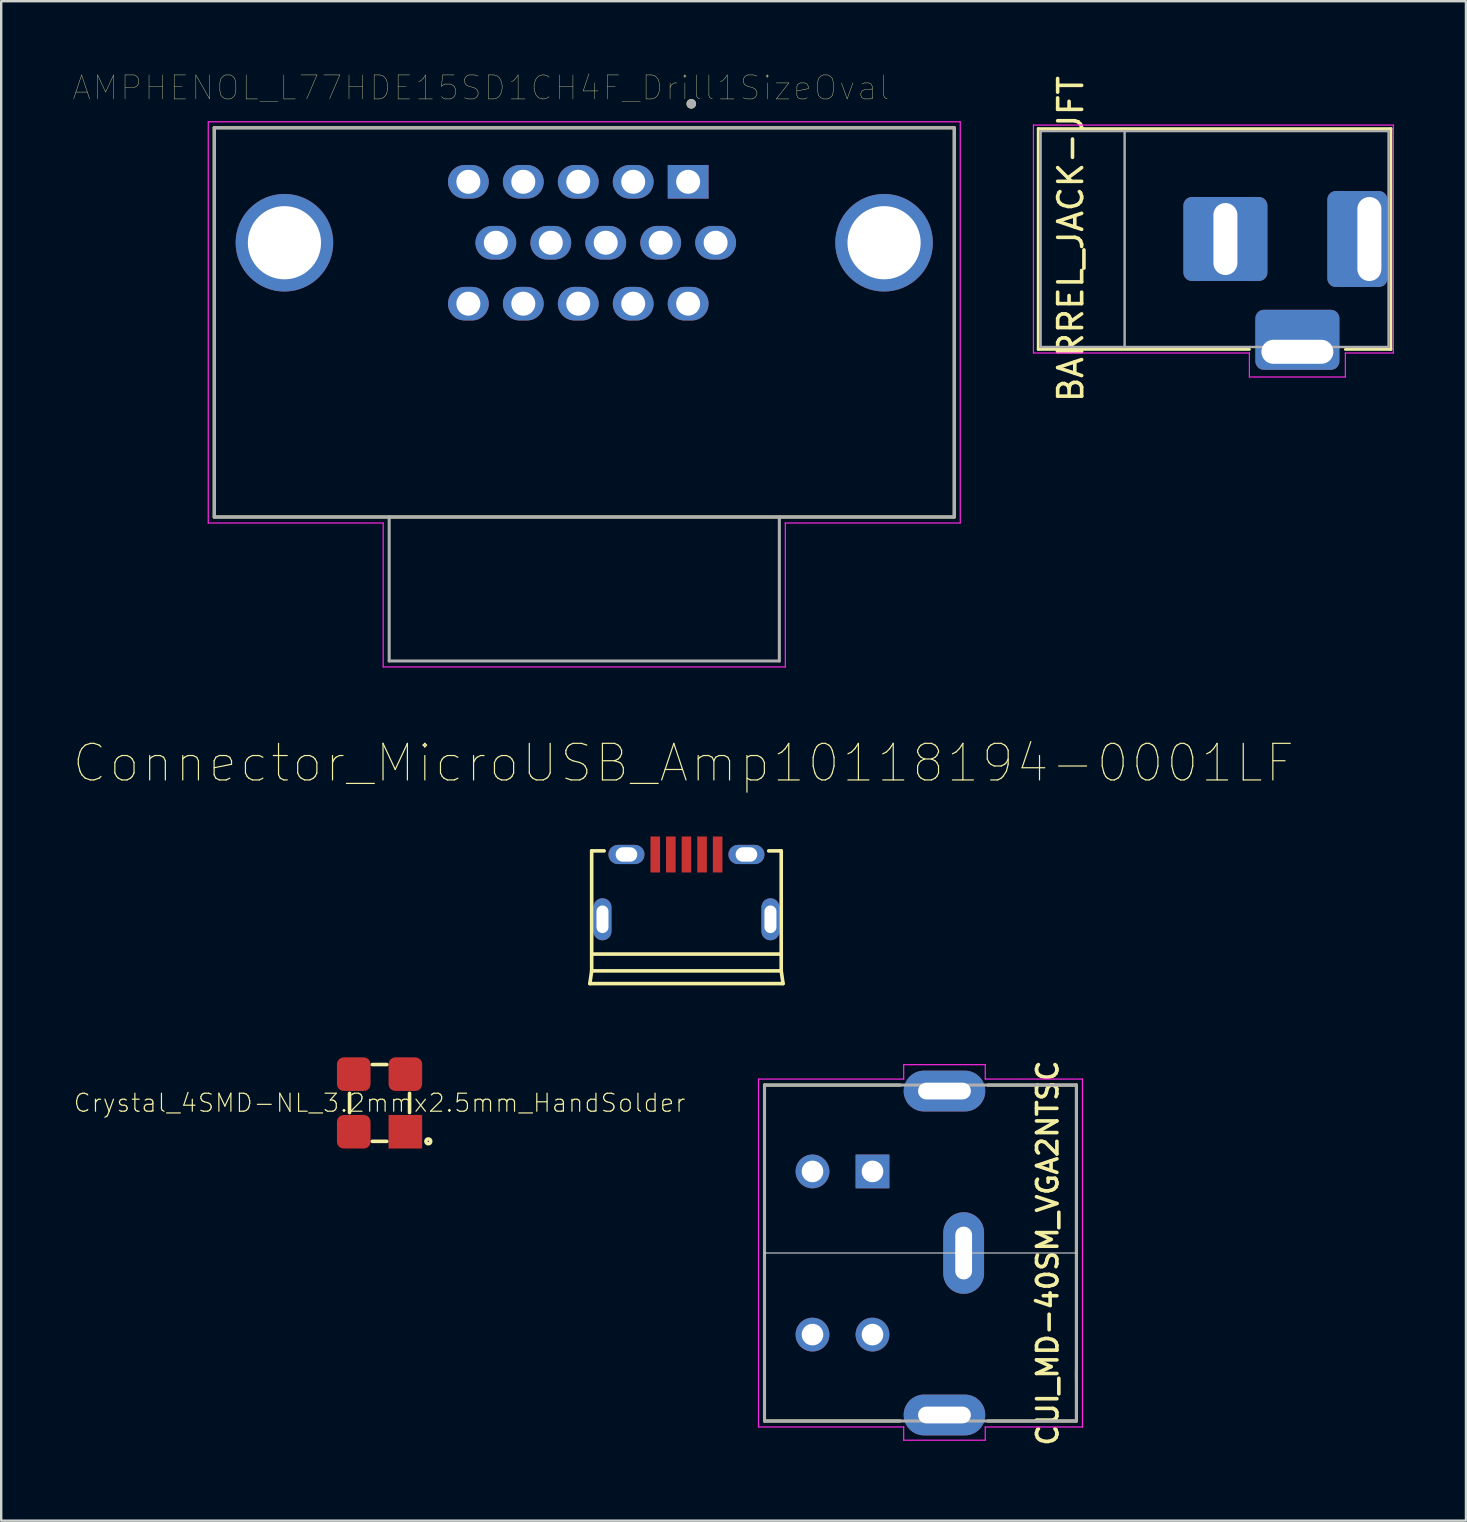
<source format=kicad_pcb>
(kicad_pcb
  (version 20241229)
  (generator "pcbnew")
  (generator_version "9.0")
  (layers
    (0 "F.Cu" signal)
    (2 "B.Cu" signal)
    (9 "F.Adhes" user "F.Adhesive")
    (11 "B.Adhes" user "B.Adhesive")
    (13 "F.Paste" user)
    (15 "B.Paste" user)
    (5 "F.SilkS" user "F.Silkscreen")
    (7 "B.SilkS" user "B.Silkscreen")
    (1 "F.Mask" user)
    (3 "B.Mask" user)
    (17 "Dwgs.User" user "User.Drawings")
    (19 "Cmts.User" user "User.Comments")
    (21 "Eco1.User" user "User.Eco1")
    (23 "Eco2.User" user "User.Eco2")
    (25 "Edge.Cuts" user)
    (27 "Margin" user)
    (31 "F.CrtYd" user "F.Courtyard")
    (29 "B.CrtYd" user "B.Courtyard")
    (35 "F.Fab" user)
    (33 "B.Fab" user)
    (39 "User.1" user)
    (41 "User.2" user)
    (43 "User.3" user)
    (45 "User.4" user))
  (footprint "CUI_MD-40SM_VGA2NTSC"
    (layer "F.Cu")
    (at 41.811 49.17)
    (property "Reference" "CUI_MD-40SM_VGA2NTSC" (at -1.2 0 270) (layer "F.SilkS") (effects (font (size 0.85 0.85) (thickness 0.15))))
    (attr through_hole)
    (fp_line (start -13 -7) (end -7.35 -7) (stroke (width 0.127) (type solid)) (layer "F.SilkS"))
    (fp_line (start -13 7) (end -13 -7) (stroke (width 0.127) (type solid)) (layer "F.SilkS"))
    (fp_line (start -13 7) (end -7.35 7) (stroke (width 0.127) (type solid)) (layer "F.SilkS"))
    (fp_line (start 0 -7) (end -3.69 -7) (stroke (width 0.127) (type solid)) (layer "F.SilkS"))
    (fp_line (start 0 -7) (end 0 7) (stroke (width 0.127) (type solid)) (layer "F.SilkS"))
    (fp_line (start 0 7) (end -3.69 7) (stroke (width 0.127) (type solid)) (layer "F.SilkS"))
    (fp_line (start 0.02 0) (end -13.01 0) (stroke (width 0.05) (type solid)) (layer "Dwgs.User"))
    (fp_line (start -13.25 -7.25) (end -7.2 -7.25) (stroke (width 0.05) (type solid)) (layer "F.CrtYd"))
    (fp_line (start -13.25 7.25) (end -13.25 -7.25) (stroke (width 0.05) (type solid)) (layer "F.CrtYd"))
    (fp_line (start -7.2 -7.85) (end -3.8 -7.85) (stroke (width 0.05) (type solid)) (layer "F.CrtYd"))
    (fp_line (start -7.2 -7.25) (end -7.2 -7.85) (stroke (width 0.05) (type solid)) (layer "F.CrtYd"))
    (fp_line (start -7.2 7.25) (end -13.25 7.25) (stroke (width 0.05) (type solid)) (layer "F.CrtYd"))
    (fp_line (start -7.2 7.8) (end -7.2 7.25) (stroke (width 0.05) (type solid)) (layer "F.CrtYd"))
    (fp_line (start -3.8 -7.85) (end -3.8 -7.25) (stroke (width 0.05) (type solid)) (layer "F.CrtYd"))
    (fp_line (start -3.8 7.25) (end -3.8 7.8) (stroke (width 0.05) (type solid)) (layer "F.CrtYd"))
    (fp_line (start -3.8 7.8) (end -7.2 7.8) (stroke (width 0.05) (type solid)) (layer "F.CrtYd"))
    (fp_line (start 0.25 -7.25) (end -3.8 -7.25) (stroke (width 0.05) (type solid)) (layer "F.CrtYd"))
    (fp_line (start 0.25 -7.25) (end 0.25 7.25) (stroke (width 0.05) (type solid)) (layer "F.CrtYd"))
    (fp_line (start 0.25 7.25) (end -3.8 7.25) (stroke (width 0.05) (type solid)) (layer "F.CrtYd"))
    (fp_line (start -13 -7) (end 0 -7) (stroke (width 0.127) (type solid)) (layer "F.Fab"))
    (fp_line (start -13 7) (end -13 -7) (stroke (width 0.127) (type solid)) (layer "F.Fab"))
    (fp_line (start 0 -7) (end 0 4.89) (stroke (width 0.127) (type solid)) (layer "F.Fab"))
    (fp_line (start 0 4.89) (end 0 5.25) (stroke (width 0.127) (type solid)) (layer "F.Fab"))
    (fp_line (start 0 5.25) (end 0 4.89) (stroke (width 0.127) (type solid)) (layer "F.Fab"))
    (fp_line (start 0 5.25) (end 0 7) (stroke (width 0.127) (type solid)) (layer "F.Fab"))
    (fp_line (start 0 7) (end -13 7) (stroke (width 0.127) (type solid)) (layer "F.Fab"))
    (pad "1" thru_hole rect (at -8.5 -3.4 270) (size 1.408 1.408) (drill 0.9) (layers "*.Cu" "*.Mask"))
    (pad "2" thru_hole circle (at -8.5 3.4 270) (size 1.408 1.408) (drill 0.9) (layers "*.Cu" "*.Mask"))
    (pad "3" thru_hole circle (at -11 -3.4 270) (size 1.408 1.408) (drill 0.9) (layers "*.Cu" "*.Mask"))
    (pad "4" thru_hole circle (at -11 3.4 270) (size 1.408 1.408) (drill 0.9) (layers "*.Cu" "*.Mask"))
    (pad "MH1" thru_hole oval (at -5.5 -6.75 270) (size 1.7 3.4) (drill oval 0.7 2.2) (layers "*.Cu" "*.Mask"))
    (pad "MH2" thru_hole oval (at -4.7 0 270) (size 3.4 1.7) (drill oval 2.2 0.7) (layers "*.Cu" "*.Mask"))
    (pad "MH3" thru_hole oval (at -5.5 6.75 270) (size 1.7 3.4) (drill oval 0.7 2.2) (layers "*.Cu" "*.Mask")))
  (footprint "BARREL_JACK-JFT"
    (layer "F.Cu")
    (at 54.019 6.911)
    (property "Reference" "BARREL_JACK-JFT" (at -12.446 0 270) (layer "F.SilkS") (effects (font (size 1 1) (thickness 0.15))))
    (attr through_hole)
    (fp_line (start -13.8 -4.6) (end 0.9 -4.6) (stroke (width 0.12) (type solid)) (layer "F.SilkS"))
    (fp_line (start -13.8 4.6) (end -13.8 -4.6) (stroke (width 0.12) (type solid)) (layer "F.SilkS"))
    (fp_line (start -5 4.6) (end -13.8 4.6) (stroke (width 0.12) (type solid)) (layer "F.SilkS"))
    (fp_line (start 0.9 -4.6) (end 0.9 4.6) (stroke (width 0.12) (type solid)) (layer "F.SilkS"))
    (fp_line (start 0.9 4.6) (end -1 4.6) (stroke (width 0.12) (type solid)) (layer "F.SilkS"))
    (fp_line (start -14 4.75) (end -14 -4.75) (stroke (width 0.05) (type solid)) (layer "F.CrtYd"))
    (fp_line (start -5 4.75) (end -14 4.75) (stroke (width 0.05) (type solid)) (layer "F.CrtYd"))
    (fp_line (start -5 5.75) (end -5 4.75) (stroke (width 0.05) (type solid)) (layer "F.CrtYd"))
    (fp_line (start -1 4.75) (end -1 5.75) (stroke (width 0.05) (type solid)) (layer "F.CrtYd"))
    (fp_line (start -1 5.75) (end -5 5.75) (stroke (width 0.05) (type solid)) (layer "F.CrtYd"))
    (fp_line (start 1 -4.75) (end -14 -4.75) (stroke (width 0.05) (type solid)) (layer "F.CrtYd"))
    (fp_line (start 1 -4.5) (end 1 -4.75) (stroke (width 0.05) (type solid)) (layer "F.CrtYd"))
    (fp_line (start 1 -4.5) (end 1 -2) (stroke (width 0.05) (type solid)) (layer "F.CrtYd"))
    (fp_line (start 1 -2) (end 1 2) (stroke (width 0.05) (type solid)) (layer "F.CrtYd"))
    (fp_line (start 1 2) (end 1 4.75) (stroke (width 0.05) (type solid)) (layer "F.CrtYd"))
    (fp_line (start 1 4.75) (end -1 4.75) (stroke (width 0.05) (type solid)) (layer "F.CrtYd"))
    (fp_line (start -13.7 -4.5) (end -13.7 4.5) (stroke (width 0.1) (type solid)) (layer "F.Fab"))
    (fp_line (start -13.7 4.5) (end 0.8 4.5) (stroke (width 0.1) (type solid)) (layer "F.Fab"))
    (fp_line (start -10.2 -4.5) (end -10.2 4.5) (stroke (width 0.1) (type solid)) (layer "F.Fab"))
    (fp_line (start 0.8 -4.5) (end -13.7 -4.5) (stroke (width 0.1) (type solid)) (layer "F.Fab"))
    (fp_line (start 0.8 4.5) (end 0.8 -4.5) (stroke (width 0.1) (type solid)) (layer "F.Fab"))
    (pad "1" thru_hole roundrect (at 0 0) (size 2.5 4) (drill oval 1 3.5 (offset -0.5 0)) (layers "*.Cu" "*.Mask") (roundrect_rratio 0.14))
    (pad "2" thru_hole roundrect (at -6 0) (size 3.5 3.5) (drill oval 1 3) (layers "*.Cu" "*.Mask") (roundrect_rratio 0.1))
    (pad "3" thru_hole roundrect (at -3 4.7) (size 3.5 2.5) (drill oval 3 1 (offset 0 -0.5)) (layers "*.Cu" "*.Mask") (roundrect_rratio 0.14)))
  (footprint "AMPHENOL_L77HDE15SD1CH4F_Drill1SizeOval"
    (layer "F.Cu")
    (at 21.049 7.066)
    (property "Reference" "AMPHENOL_L77HDE15SD1CH4F_Drill1SizeOval" (at -4.055 -6.455 0) (layer "F.SilkS") (effects (font (size 1 1) (thickness 0.015))))
    (attr through_hole)
    (fp_line (start -15.17 -4.79) (end -15.17 11.43) (stroke (width 0.127) (type solid)) (layer "F.SilkS"))
    (fp_line (start -15.17 11.43) (end 15.67 11.43) (stroke (width 0.127) (type solid)) (layer "F.SilkS"))
    (fp_line (start 15.67 -4.79) (end -15.17 -4.79) (stroke (width 0.127) (type solid)) (layer "F.SilkS"))
    (fp_line (start 15.67 11.43) (end 15.67 -4.79) (stroke (width 0.127) (type solid)) (layer "F.SilkS"))
    (fp_circle (center 4.71 -5.79) (end 4.81 -5.79) (stroke (width 0.2) (type solid)) (fill no) (layer "F.SilkS"))
    (fp_line (start -15.42 -5.04) (end -15.42 11.68) (stroke (width 0.05) (type solid)) (layer "F.CrtYd"))
    (fp_line (start -15.42 11.68) (end -8.13 11.68) (stroke (width 0.05) (type solid)) (layer "F.CrtYd"))
    (fp_line (start -8.13 11.68) (end -8.13 17.68) (stroke (width 0.05) (type solid)) (layer "F.CrtYd"))
    (fp_line (start -8.13 17.68) (end 8.63 17.68) (stroke (width 0.05) (type solid)) (layer "F.CrtYd"))
    (fp_line (start 8.63 11.68) (end 15.92 11.68) (stroke (width 0.05) (type solid)) (layer "F.CrtYd"))
    (fp_line (start 8.63 17.68) (end 8.63 11.68) (stroke (width 0.05) (type solid)) (layer "F.CrtYd"))
    (fp_line (start 15.92 -5.04) (end -15.42 -5.04) (stroke (width 0.05) (type solid)) (layer "F.CrtYd"))
    (fp_line (start 15.92 11.68) (end 15.92 -5.04) (stroke (width 0.05) (type solid)) (layer "F.CrtYd"))
    (fp_line (start -15.17 -4.79) (end -15.17 11.43) (stroke (width 0.127) (type solid)) (layer "F.Fab"))
    (fp_line (start -15.17 11.43) (end -7.88 11.43) (stroke (width 0.127) (type solid)) (layer "F.Fab"))
    (fp_line (start -7.88 11.43) (end -7.88 17.43) (stroke (width 0.127) (type solid)) (layer "F.Fab"))
    (fp_line (start -7.88 17.43) (end 8.38 17.43) (stroke (width 0.127) (type solid)) (layer "F.Fab"))
    (fp_line (start 8.38 11.43) (end -7.88 11.43) (stroke (width 0.127) (type solid)) (layer "F.Fab"))
    (fp_line (start 8.38 11.43) (end 15.67 11.43) (stroke (width 0.127) (type solid)) (layer "F.Fab"))
    (fp_line (start 8.38 17.43) (end 8.38 11.43) (stroke (width 0.127) (type solid)) (layer "F.Fab"))
    (fp_line (start 15.67 -4.79) (end -15.17 -4.79) (stroke (width 0.127) (type solid)) (layer "F.Fab"))
    (fp_line (start 15.67 11.43) (end 15.67 -4.79) (stroke (width 0.127) (type solid)) (layer "F.Fab"))
    (fp_circle (center 4.71 -5.79) (end 4.81 -5.79) (stroke (width 0.2) (type solid)) (fill no) (layer "F.Fab"))
    (pad "1" thru_hole rect (at 4.58 -2.54) (size 1.7 1.4) (drill 1) (layers "*.Cu" "*.Mask"))
    (pad "2" thru_hole oval (at 2.29 -2.54) (size 1.7 1.4) (drill 1) (layers "*.Cu" "*.Mask"))
    (pad "3" thru_hole oval (at 0 -2.54) (size 1.7 1.4) (drill 1) (layers "*.Cu" "*.Mask"))
    (pad "4" thru_hole oval (at -2.29 -2.54) (size 1.7 1.4) (drill 1) (layers "*.Cu" "*.Mask"))
    (pad "5" thru_hole oval (at -4.58 -2.54) (size 1.7 1.4) (drill 1) (layers "*.Cu" "*.Mask"))
    (pad "6" thru_hole oval (at 5.725 0) (size 1.7 1.4) (drill 1) (layers "*.Cu" "*.Mask"))
    (pad "7" thru_hole oval (at 3.435 0) (size 1.7 1.4) (drill 1) (layers "*.Cu" "*.Mask"))
    (pad "8" thru_hole oval (at 1.145 0) (size 1.7 1.4) (drill 1) (layers "*.Cu" "*.Mask"))
    (pad "9" thru_hole oval (at -1.145 0) (size 1.7 1.4) (drill 1) (layers "*.Cu" "*.Mask"))
    (pad "10" thru_hole oval (at -3.435 0) (size 1.7 1.4) (drill 1) (layers "*.Cu" "*.Mask"))
    (pad "11" thru_hole oval (at 4.58 2.54) (size 1.7 1.4) (drill 1) (layers "*.Cu" "*.Mask"))
    (pad "12" thru_hole oval (at 2.29 2.54) (size 1.7 1.4) (drill 1) (layers "*.Cu" "*.Mask"))
    (pad "13" thru_hole oval (at 0 2.54) (size 1.7 1.4) (drill 1) (layers "*.Cu" "*.Mask"))
    (pad "14" thru_hole oval (at -2.29 2.54) (size 1.7 1.4) (drill 1) (layers "*.Cu" "*.Mask"))
    (pad "15" thru_hole oval (at -4.58 2.54) (size 1.7 1.4) (drill 1) (layers "*.Cu" "*.Mask"))
    (pad "16" thru_hole oval (at -12.245 0) (size 4.066 4.066) (drill 3.05) (layers "*.Cu" "*.Mask"))
    (pad "17" thru_hole oval (at 12.745 0) (size 4.066 4.066) (drill 3.05) (layers "*.Cu" "*.Mask")))
  (footprint "Connector_MicroUSB_Amp10118194-0001LF"
    (layer "F.Cu")
    (at 25.558 32.561)
    (property "Reference" "Connector_MicroUSB_Amp10118194-0001LF" (at -0.127 -3.81 0) (layer "F.SilkS") (effects (font (size 1.524 1.524) (thickness 0.05))))
    (attr smd)
    (fp_line (start -4.025 5.38) (end 4.025 5.38) (stroke (width 0.15) (type solid)) (layer "F.SilkS"))
    (fp_line (start -3.95 -0.15) (end -3.95 4.85) (stroke (width 0.15) (type solid)) (layer "F.SilkS"))
    (fp_line (start -3.95 -0.15) (end -3.429 -0.15) (stroke (width 0.15) (type solid)) (layer "F.SilkS"))
    (fp_line (start -3.95 4.15) (end 3.95 4.15) (stroke (width 0.15) (type solid)) (layer "F.SilkS"))
    (fp_line (start -3.95 4.85) (end -4.025 5.38) (stroke (width 0.15) (type solid)) (layer "F.SilkS"))
    (fp_line (start -3.95 4.85) (end 3.95 4.85) (stroke (width 0.15) (type solid)) (layer "F.SilkS"))
    (fp_line (start 3.429 -0.15) (end 3.95 -0.15) (stroke (width 0.15) (type solid)) (layer "F.SilkS"))
    (fp_line (start 3.95 -0.15) (end 3.95 4.85) (stroke (width 0.15) (type solid)) (layer "F.SilkS"))
    (fp_line (start 3.95 4.85) (end 4.025 5.38) (stroke (width 0.15) (type solid)) (layer "F.SilkS"))
    (pad "1" smd rect (at -1.3 0 90) (size 1.5 0.4) (layers "F.Cu" "F.Mask" "F.Paste"))
    (pad "2" smd rect (at -0.65 0 90) (size 1.5 0.4) (layers "F.Cu" "F.Mask" "F.Paste"))
    (pad "3" smd rect (at 0 0 90) (size 1.5 0.4) (layers "F.Cu" "F.Mask" "F.Paste"))
    (pad "4" smd rect (at 0.65 0 90) (size 1.5 0.4) (layers "F.Cu" "F.Mask" "F.Paste"))
    (pad "5" smd rect (at 1.3 0 90) (size 1.5 0.4) (layers "F.Cu" "F.Mask" "F.Paste"))
    (pad "6" thru_hole oval (at -3.5 2.7 180) (size 0.75 1.75) (drill oval 0.5 1.15) (layers "*.Cu" "*.Mask"))
    (pad "7" thru_hole oval (at -2.5 0 90) (size 0.8 1.5) (drill oval 0.6 0.9) (layers "*.Cu" "*.Mask"))
    (pad "8" thru_hole oval (at 2.5 0 90) (size 0.8 1.5) (drill oval 0.6 0.9) (layers "*.Cu" "*.Mask"))
    (pad "9" thru_hole oval (at 3.5 2.7 180) (size 0.75 1.75) (drill oval 0.5 1.15) (layers "*.Cu" "*.Mask")))
  (footprint "Crystal_4SMD-NL_3.2mmx2.5mm_HandSolder"
    (layer "F.Cu")
    (at 12.768 42.916)
    (property "Reference" "Crystal_4SMD-NL_3.2mmx2.5mm_HandSolder" (at 0 0 180) (layer "F.SilkS") (effects (font (size 0.75 0.75) (thickness 0.05))))
    (attr smd)
    (fp_line (start -1.25 -0.4) (end -1.25 0.4) (stroke (width 0.15) (type solid)) (layer "F.SilkS"))
    (fp_line (start -0.3 -1.6) (end 0.3 -1.6) (stroke (width 0.15) (type solid)) (layer "F.SilkS"))
    (fp_line (start -0.3 1.6) (end 0.3 1.6) (stroke (width 0.15) (type solid)) (layer "F.SilkS"))
    (fp_line (start 1.25 -0.4) (end 1.25 0.4) (stroke (width 0.15) (type solid)) (layer "F.SilkS"))
    (fp_circle (center 2.032 1.6) (end 2.132 1.6) (stroke (width 0.15) (type solid)) (fill no) (layer "F.SilkS"))
    (pad "1" smd rect (at 1.075 1.2 90) (size 1.4 1.4) (layers "F.Cu" "F.Mask"))
    (pad "2" smd roundrect (at 1.075 -1.2 90) (size 1.4 1.4) (layers "F.Cu" "F.Mask") (roundrect_rratio 0.2))
    (pad "3" smd roundrect (at -1.075 -1.2 90) (size 1.4 1.4) (layers "F.Cu" "F.Mask") (roundrect_rratio 0.2))
    (pad "4" smd roundrect (at -1.075 1.2 90) (size 1.4 1.4) (layers "F.Cu" "F.Mask") (roundrect_rratio 0.2)))
  (gr_rect
    (start -3 -3)
    (end 58.044 60.324)
    (stroke (width 0.1) (type default))
    (fill no)
    (layer "Edge.Cuts")))
</source>
